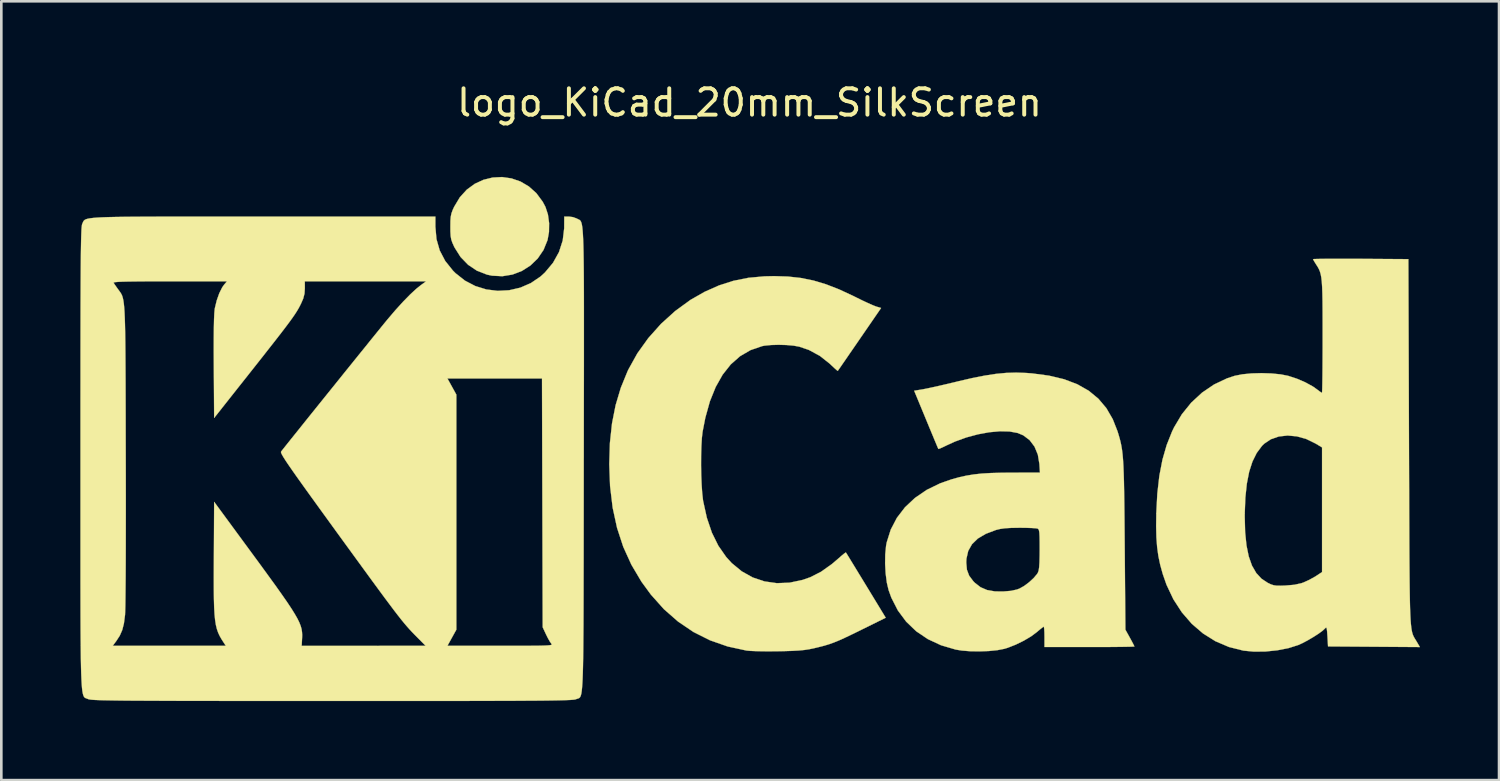
<source format=kicad_pcb>
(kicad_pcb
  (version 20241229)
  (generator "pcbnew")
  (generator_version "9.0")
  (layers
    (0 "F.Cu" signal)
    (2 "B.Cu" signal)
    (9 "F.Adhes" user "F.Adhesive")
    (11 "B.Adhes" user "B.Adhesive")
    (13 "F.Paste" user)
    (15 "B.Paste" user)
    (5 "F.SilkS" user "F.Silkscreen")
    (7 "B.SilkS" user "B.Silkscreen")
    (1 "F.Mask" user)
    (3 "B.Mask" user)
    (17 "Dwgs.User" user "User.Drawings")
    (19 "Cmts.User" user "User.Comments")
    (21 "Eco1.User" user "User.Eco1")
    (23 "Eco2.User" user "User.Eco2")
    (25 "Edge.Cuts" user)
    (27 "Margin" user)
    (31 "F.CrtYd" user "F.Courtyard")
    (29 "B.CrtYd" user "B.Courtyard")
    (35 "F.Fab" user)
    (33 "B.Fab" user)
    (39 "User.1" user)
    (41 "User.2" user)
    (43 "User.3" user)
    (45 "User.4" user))
  (footprint "logo_KiCad_20mm_SilkScreen"
    (layer "F.Cu")
    (at 25.405 13.548)
    (property "Reference" "logo_KiCad_20mm_SilkScreen" (at 0 -12.7 0) (layer "F.SilkS") (effects (font (size 1 1) (thickness 0.15))))
    (attr exclude_from_pos_files exclude_from_bom)
    (fp_poly (pts (xy -9.038 -9.825) (xy -8.696 -9.707) (xy -8.378 -9.52) (xy -8.094 -9.266) (xy -7.854 -8.943) (xy -7.746 -8.74) (xy -7.653 -8.455) (xy -7.608 -8.127) (xy -7.613 -7.79) (xy -7.668 -7.484) (xy -7.82 -7.11) (xy -8.04 -6.786) (xy -8.318 -6.518) (xy -8.641 -6.312) (xy -8.999 -6.175) (xy -9.381 -6.112) (xy -9.775 -6.132) (xy -9.969 -6.173) (xy -10.347 -6.32) (xy -10.683 -6.545) (xy -10.969 -6.84) (xy -11.196 -7.198) (xy -11.216 -7.238) (xy -11.282 -7.385) (xy -11.324 -7.508) (xy -11.346 -7.639) (xy -11.356 -7.807) (xy -11.357 -7.989) (xy -11.355 -8.208) (xy -11.343 -8.366) (xy -11.317 -8.494) (xy -11.271 -8.622) (xy -11.213 -8.748) (xy -10.999 -9.106) (xy -10.735 -9.397) (xy -10.432 -9.619) (xy -10.101 -9.772) (xy -9.751 -9.858) (xy -9.393 -9.876) (xy -9.038 -9.825)) (stroke (width 0.01) (type solid)) (fill yes) (layer "F.SilkS"))
    (fp_poly (pts (xy 1.459 -6.099) (xy 1.95 -6.045) (xy 2.425 -5.949) (xy 2.905 -5.805) (xy 3.408 -5.609) (xy 3.953 -5.355) (xy 4.052 -5.306) (xy 4.277 -5.195) (xy 4.49 -5.095) (xy 4.669 -5.016) (xy 4.793 -4.966) (xy 4.812 -4.96) (xy 4.995 -4.905) (xy 4.177 -3.716) (xy 3.977 -3.425) (xy 3.794 -3.16) (xy 3.635 -2.928) (xy 3.505 -2.74) (xy 3.411 -2.604) (xy 3.359 -2.529) (xy 3.35 -2.517) (xy 3.316 -2.541) (xy 3.231 -2.616) (xy 3.112 -2.727) (xy 3.046 -2.79) (xy 2.671 -3.087) (xy 2.251 -3.314) (xy 1.889 -3.437) (xy 1.672 -3.476) (xy 1.399 -3.5) (xy 1.105 -3.508) (xy 0.819 -3.5) (xy 0.574 -3.476) (xy 0.477 -3.457) (xy 0.037 -3.306) (xy -0.359 -3.075) (xy -0.712 -2.764) (xy -1.02 -2.375) (xy -1.284 -1.907) (xy -1.504 -1.362) (xy -1.678 -0.738) (xy -1.782 -0.205) (xy -1.809 0.031) (xy -1.827 0.335) (xy -1.837 0.686) (xy -1.839 1.062) (xy -1.833 1.442) (xy -1.818 1.802) (xy -1.796 2.122) (xy -1.767 2.38) (xy -1.761 2.42) (xy -1.62 3.06) (xy -1.428 3.626) (xy -1.183 4.122) (xy -0.885 4.549) (xy -0.674 4.78) (xy -0.294 5.093) (xy 0.122 5.325) (xy 0.569 5.475) (xy 1.038 5.542) (xy 1.522 5.523) (xy 2.016 5.418) (xy 2.307 5.316) (xy 2.711 5.111) (xy 3.127 4.816) (xy 3.36 4.617) (xy 3.491 4.502) (xy 3.593 4.418) (xy 3.652 4.377) (xy 3.659 4.376) (xy 3.685 4.417) (xy 3.753 4.527) (xy 3.856 4.696) (xy 3.99 4.915) (xy 4.147 5.173) (xy 4.324 5.462) (xy 4.422 5.623) (xy 5.171 6.854) (xy 4.236 7.316) (xy 3.897 7.482) (xy 3.623 7.613) (xy 3.397 7.715) (xy 3.201 7.795) (xy 3.019 7.86) (xy 2.835 7.916) (xy 2.631 7.968) (xy 2.435 8.015) (xy 2.261 8.051) (xy 2.08 8.078) (xy 1.872 8.098) (xy 1.62 8.112) (xy 1.305 8.122) (xy 1.092 8.126) (xy 0.79 8.129) (xy 0.499 8.128) (xy 0.241 8.122) (xy 0.033 8.113) (xy -0.105 8.101) (xy -0.113 8.1) (xy -0.828 7.945) (xy -1.499 7.711) (xy -2.127 7.396) (xy -2.71 7.002) (xy -3.25 6.529) (xy -3.744 5.976) (xy -4.103 5.485) (xy -4.484 4.842) (xy -4.793 4.163) (xy -5.029 3.443) (xy -5.196 2.675) (xy -5.294 1.855) (xy -5.325 1.023) (xy -5.3 0.218) (xy -5.22 -0.525) (xy -5.083 -1.218) (xy -4.887 -1.874) (xy -4.629 -2.506) (xy -4.598 -2.571) (xy -4.258 -3.183) (xy -3.841 -3.764) (xy -3.358 -4.305) (xy -2.821 -4.791) (xy -2.243 -5.212) (xy -1.703 -5.52) (xy -1.158 -5.762) (xy -0.613 -5.937) (xy -0.044 -6.051) (xy 0.567 -6.107) (xy 0.933 -6.115) (xy 1.459 -6.099)) (stroke (width 0.01) (type solid)) (fill yes) (layer "F.SilkS"))
    (fp_poly (pts (xy 22.685 -6.774) (xy 23.072 -6.772) (xy 23.204 -6.772) (xy 25.013 -6.76) (xy 25.036 0.182) (xy 25.039 1.123) (xy 25.042 1.978) (xy 25.044 2.751) (xy 25.047 3.445) (xy 25.049 4.067) (xy 25.052 4.619) (xy 25.056 5.107) (xy 25.06 5.535) (xy 25.065 5.907) (xy 25.071 6.228) (xy 25.078 6.502) (xy 25.087 6.734) (xy 25.097 6.928) (xy 25.109 7.088) (xy 25.123 7.219) (xy 25.139 7.325) (xy 25.157 7.411) (xy 25.178 7.482) (xy 25.201 7.54) (xy 25.227 7.592) (xy 25.255 7.641) (xy 25.287 7.692) (xy 25.322 7.749) (xy 25.329 7.761) (xy 25.45 7.967) (xy 21.963 7.943) (xy 21.941 7.56) (xy 21.928 7.376) (xy 21.915 7.27) (xy 21.898 7.228) (xy 21.871 7.237) (xy 21.849 7.261) (xy 21.754 7.349) (xy 21.598 7.463) (xy 21.403 7.588) (xy 21.192 7.712) (xy 20.987 7.82) (xy 20.83 7.891) (xy 20.46 8.008) (xy 20.037 8.09) (xy 19.59 8.136) (xy 19.152 8.141) (xy 18.753 8.103) (xy 18.746 8.101) (xy 18.2 7.964) (xy 17.689 7.746) (xy 17.218 7.451) (xy 16.791 7.085) (xy 16.415 6.651) (xy 16.092 6.154) (xy 15.83 5.6) (xy 15.687 5.189) (xy 15.592 4.846) (xy 15.522 4.513) (xy 15.475 4.171) (xy 15.447 3.8) (xy 15.437 3.378) (xy 15.442 3.034) (xy 18.801 3.034) (xy 18.816 3.611) (xy 18.867 4.107) (xy 18.953 4.528) (xy 19.076 4.876) (xy 19.238 5.157) (xy 19.44 5.375) (xy 19.674 5.529) (xy 19.796 5.587) (xy 19.901 5.621) (xy 20.019 5.637) (xy 20.177 5.638) (xy 20.347 5.632) (xy 20.682 5.603) (xy 20.947 5.545) (xy 21.03 5.516) (xy 21.22 5.43) (xy 21.421 5.323) (xy 21.508 5.269) (xy 21.736 5.12) (xy 21.736 0.388) (xy 21.485 0.238) (xy 21.136 0.068) (xy 20.779 -0.032) (xy 20.428 -0.064) (xy 20.095 -0.027) (xy 19.794 0.077) (xy 19.538 0.248) (xy 19.455 0.33) (xy 19.255 0.599) (xy 19.094 0.924) (xy 18.969 1.312) (xy 18.88 1.767) (xy 18.824 2.296) (xy 18.801 2.903) (xy 18.801 3.034) (xy 15.442 3.034) (xy 15.443 2.891) (xy 15.482 2.142) (xy 15.559 1.466) (xy 15.677 0.854) (xy 15.838 0.295) (xy 16.043 -0.219) (xy 16.117 -0.372) (xy 16.413 -0.87) (xy 16.77 -1.312) (xy 17.18 -1.691) (xy 17.636 -2.001) (xy 18.128 -2.234) (xy 18.422 -2.331) (xy 18.712 -2.388) (xy 19.06 -2.422) (xy 19.438 -2.432) (xy 19.817 -2.42) (xy 20.166 -2.385) (xy 20.447 -2.33) (xy 20.781 -2.221) (xy 21.105 -2.081) (xy 21.389 -1.925) (xy 21.54 -1.818) (xy 21.644 -1.739) (xy 21.716 -1.691) (xy 21.733 -1.684) (xy 21.738 -1.728) (xy 21.743 -1.854) (xy 21.747 -2.054) (xy 21.751 -2.318) (xy 21.754 -2.637) (xy 21.756 -3.002) (xy 21.758 -3.406) (xy 21.758 -3.816) (xy 21.758 -4.343) (xy 21.757 -4.786) (xy 21.754 -5.156) (xy 21.748 -5.46) (xy 21.739 -5.706) (xy 21.726 -5.905) (xy 21.708 -6.063) (xy 21.684 -6.189) (xy 21.654 -6.292) (xy 21.617 -6.381) (xy 21.572 -6.463) (xy 21.518 -6.548) (xy 21.511 -6.558) (xy 21.442 -6.668) (xy 21.4 -6.743) (xy 21.394 -6.759) (xy 21.438 -6.764) (xy 21.563 -6.768) (xy 21.76 -6.771) (xy 22.019 -6.773) (xy 22.331 -6.774) (xy 22.685 -6.774)) (stroke (width 0.01) (type solid)) (fill yes) (layer "F.SilkS"))
    (fp_poly (pts (xy 10.502 -2.439) (xy 10.727 -2.422) (xy 11.372 -2.336) (xy 11.944 -2.2) (xy 12.444 -2.01) (xy 12.876 -1.765) (xy 13.243 -1.463) (xy 13.547 -1.103) (xy 13.791 -0.683) (xy 13.97 -0.228) (xy 14.015 -0.082) (xy 14.054 0.054) (xy 14.088 0.188) (xy 14.117 0.327) (xy 14.142 0.479) (xy 14.163 0.651) (xy 14.18 0.851) (xy 14.194 1.085) (xy 14.205 1.362) (xy 14.215 1.687) (xy 14.222 2.069) (xy 14.229 2.516) (xy 14.235 3.033) (xy 14.24 3.629) (xy 14.244 4.097) (xy 14.27 7.306) (xy 14.441 7.615) (xy 14.522 7.764) (xy 14.582 7.879) (xy 14.611 7.941) (xy 14.612 7.945) (xy 14.568 7.95) (xy 14.443 7.954) (xy 14.247 7.958) (xy 13.99 7.961) (xy 13.681 7.964) (xy 13.331 7.965) (xy 12.95 7.966) (xy 12.905 7.966) (xy 11.198 7.966) (xy 11.198 7.579) (xy 11.195 7.404) (xy 11.187 7.27) (xy 11.176 7.199) (xy 11.171 7.192) (xy 11.126 7.22) (xy 11.033 7.293) (xy 10.912 7.395) (xy 10.909 7.398) (xy 10.689 7.562) (xy 10.41 7.727) (xy 10.105 7.876) (xy 9.805 7.994) (xy 9.673 8.034) (xy 9.41 8.085) (xy 9.087 8.118) (xy 8.735 8.131) (xy 8.381 8.126) (xy 8.057 8.1) (xy 7.829 8.063) (xy 7.272 7.899) (xy 6.771 7.666) (xy 6.328 7.367) (xy 5.948 7.003) (xy 5.633 6.579) (xy 5.386 6.096) (xy 5.28 5.804) (xy 5.213 5.519) (xy 5.169 5.178) (xy 5.148 4.811) (xy 5.149 4.757) (xy 8.228 4.757) (xy 8.253 5.03) (xy 8.338 5.257) (xy 8.495 5.467) (xy 8.556 5.529) (xy 8.77 5.695) (xy 9.018 5.802) (xy 9.315 5.854) (xy 9.628 5.858) (xy 9.925 5.833) (xy 10.152 5.783) (xy 10.251 5.746) (xy 10.428 5.646) (xy 10.617 5.504) (xy 10.789 5.345) (xy 10.917 5.193) (xy 10.951 5.137) (xy 10.977 5.059) (xy 10.996 4.934) (xy 11.008 4.751) (xy 11.014 4.498) (xy 11.016 4.257) (xy 11.015 3.976) (xy 11.011 3.773) (xy 11.004 3.634) (xy 10.991 3.547) (xy 10.972 3.498) (xy 10.945 3.473) (xy 10.936 3.469) (xy 10.863 3.457) (xy 10.718 3.448) (xy 10.521 3.441) (xy 10.292 3.438) (xy 10.242 3.438) (xy 9.936 3.443) (xy 9.699 3.457) (xy 9.511 3.484) (xy 9.356 3.522) (xy 8.97 3.668) (xy 8.668 3.847) (xy 8.447 4.062) (xy 8.303 4.317) (xy 8.235 4.613) (xy 8.228 4.757) (xy 5.149 4.757) (xy 5.153 4.45) (xy 5.184 4.126) (xy 5.208 3.995) (xy 5.361 3.51) (xy 5.594 3.063) (xy 5.903 2.66) (xy 6.283 2.304) (xy 6.729 1.999) (xy 7.238 1.751) (xy 7.67 1.6) (xy 7.959 1.52) (xy 8.235 1.459) (xy 8.517 1.413) (xy 8.822 1.38) (xy 9.168 1.36) (xy 9.573 1.349) (xy 9.94 1.346) (xy 11.026 1.343) (xy 11.005 1.016) (xy 10.946 0.662) (xy 10.82 0.358) (xy 10.633 0.11) (xy 10.391 -0.072) (xy 10.177 -0.161) (xy 9.87 -0.217) (xy 9.506 -0.225) (xy 9.1 -0.188) (xy 8.67 -0.109) (xy 8.232 0.009) (xy 7.805 0.164) (xy 7.495 0.305) (xy 7.345 0.377) (xy 7.231 0.428) (xy 7.173 0.447) (xy 7.17 0.447) (xy 7.15 0.403) (xy 7.1 0.285) (xy 7.025 0.106) (xy 6.93 -0.123) (xy 6.818 -0.392) (xy 6.705 -0.666) (xy 6.251 -1.764) (xy 6.574 -1.817) (xy 6.714 -1.844) (xy 6.924 -1.889) (xy 7.186 -1.947) (xy 7.483 -2.016) (xy 7.796 -2.09) (xy 7.92 -2.121) (xy 8.46 -2.246) (xy 8.932 -2.339) (xy 9.355 -2.404) (xy 9.745 -2.441) (xy 10.122 -2.452) (xy 10.502 -2.439)) (stroke (width 0.01) (type solid)) (fill yes) (layer "F.SilkS"))
    (fp_poly (pts (xy -19.746 -8.376) (xy -18.869 -8.376) (xy -18.461 -8.376) (xy -11.926 -8.376) (xy -11.926 -7.99) (xy -11.885 -7.522) (xy -11.761 -7.089) (xy -11.553 -6.691) (xy -11.259 -6.324) (xy -11.16 -6.225) (xy -10.803 -5.943) (xy -10.409 -5.738) (xy -9.991 -5.609) (xy -9.559 -5.556) (xy -9.126 -5.579) (xy -8.702 -5.677) (xy -8.301 -5.851) (xy -7.933 -6.101) (xy -7.768 -6.252) (xy -7.46 -6.621) (xy -7.234 -7.027) (xy -7.092 -7.466) (xy -7.036 -7.931) (xy -7.036 -7.977) (xy -7.033 -8.376) (xy -6.858 -8.376) (xy -6.702 -8.355) (xy -6.561 -8.303) (xy -6.551 -8.298) (xy -6.519 -8.281) (xy -6.49 -8.268) (xy -6.463 -8.255) (xy -6.438 -8.238) (xy -6.416 -8.214) (xy -6.396 -8.178) (xy -6.378 -8.127) (xy -6.362 -8.057) (xy -6.348 -7.964) (xy -6.336 -7.845) (xy -6.325 -7.695) (xy -6.316 -7.512) (xy -6.308 -7.29) (xy -6.302 -7.027) (xy -6.297 -6.719) (xy -6.293 -6.361) (xy -6.29 -5.951) (xy -6.288 -5.484) (xy -6.287 -4.957) (xy -6.287 -4.365) (xy -6.287 -3.705) (xy -6.287 -2.974) (xy -6.288 -2.167) (xy -6.29 -1.281) (xy -6.291 -0.312) (xy -6.292 0.744) (xy -6.293 0.873) (xy -6.294 1.935) (xy -6.295 2.911) (xy -6.296 3.803) (xy -6.297 4.615) (xy -6.299 5.352) (xy -6.3 6.016) (xy -6.302 6.611) (xy -6.304 7.142) (xy -6.308 7.613) (xy -6.311 8.026) (xy -6.316 8.385) (xy -6.322 8.695) (xy -6.329 8.96) (xy -6.337 9.182) (xy -6.347 9.366) (xy -6.358 9.515) (xy -6.37 9.634) (xy -6.384 9.726) (xy -6.401 9.795) (xy -6.419 9.844) (xy -6.439 9.877) (xy -6.462 9.899) (xy -6.486 9.913) (xy -6.514 9.922) (xy -6.544 9.931) (xy -6.576 9.942) (xy -6.584 9.946) (xy -6.609 9.954) (xy -6.651 9.962) (xy -6.713 9.968) (xy -6.8 9.975) (xy -6.914 9.98) (xy -7.06 9.985) (xy -7.241 9.99) (xy -7.46 9.994) (xy -7.722 9.998) (xy -8.03 10.001) (xy -8.388 10.003) (xy -8.8 10.006) (xy -9.268 10.008) (xy -9.797 10.009) (xy -10.39 10.011) (xy -11.051 10.012) (xy -11.784 10.012) (xy -12.593 10.013) (xy -13.48 10.013) (xy -14.45 10.013) (xy -15.506 10.013) (xy -15.848 10.013) (xy -16.927 10.013) (xy -17.919 10.013) (xy -18.828 10.012) (xy -19.656 10.012) (xy -20.409 10.011) (xy -21.089 10.01) (xy -21.699 10.009) (xy -22.245 10.007) (xy -22.73 10.005) (xy -23.156 10.003) (xy -23.529 10.001) (xy -23.851 9.998) (xy -24.126 9.994) (xy -24.359 9.99) (xy -24.552 9.986) (xy -24.709 9.981) (xy -24.835 9.976) (xy -24.933 9.97) (xy -25.006 9.963) (xy -25.058 9.956) (xy -25.093 9.948) (xy -25.112 9.941) (xy -25.146 9.927) (xy -25.178 9.916) (xy -25.206 9.905) (xy -25.232 9.891) (xy -25.256 9.869) (xy -25.277 9.836) (xy -25.296 9.788) (xy -25.313 9.721) (xy -25.329 9.631) (xy -25.342 9.515) (xy -25.353 9.369) (xy -25.363 9.189) (xy -25.372 8.972) (xy -25.379 8.713) (xy -25.385 8.409) (xy -25.389 8.056) (xy -25.39 7.92) (xy -24.176 7.92) (xy -19.882 7.92) (xy -19.964 7.795) (xy -20.046 7.667) (xy -20.116 7.544) (xy -20.174 7.419) (xy -20.221 7.283) (xy -20.259 7.128) (xy -20.288 6.944) (xy -20.31 6.724) (xy -20.325 6.458) (xy -20.334 6.138) (xy -20.338 5.757) (xy -20.339 5.304) (xy -20.337 4.771) (xy -20.336 4.573) (xy -20.325 2.454) (xy -18.982 4.282) (xy -18.601 4.8) (xy -18.272 5.252) (xy -17.989 5.642) (xy -17.751 5.978) (xy -17.552 6.264) (xy -17.39 6.508) (xy -17.262 6.714) (xy -17.162 6.889) (xy -17.089 7.039) (xy -17.038 7.17) (xy -17.006 7.287) (xy -16.989 7.398) (xy -16.983 7.507) (xy -16.986 7.621) (xy -16.987 7.635) (xy -17.002 7.921) (xy -14.649 7.921) (xy -12.296 7.92) (xy -12.646 7.567) (xy -12.741 7.471) (xy -12.831 7.377) (xy -12.92 7.281) (xy -13.012 7.176) (xy -13.112 7.059) (xy -13.222 6.924) (xy -13.347 6.765) (xy -13.491 6.578) (xy -13.657 6.357) (xy -13.851 6.098) (xy -14.075 5.794) (xy -14.334 5.441) (xy -14.631 5.034) (xy -14.971 4.567) (xy -15.358 4.036) (xy -15.675 3.6) (xy -16.072 3.052) (xy -16.419 2.573) (xy -16.718 2.159) (xy -16.973 1.804) (xy -17.187 1.504) (xy -17.362 1.255) (xy -17.502 1.052) (xy -17.611 0.891) (xy -17.69 0.766) (xy -17.744 0.674) (xy -17.776 0.61) (xy -17.788 0.569) (xy -17.784 0.548) (xy -17.74 0.491) (xy -17.644 0.37) (xy -17.503 0.193) (xy -17.322 -0.033) (xy -17.106 -0.302) (xy -16.863 -0.606) (xy -16.597 -0.937) (xy -16.314 -1.289) (xy -16.02 -1.654) (xy -15.72 -2.026) (xy -15.556 -2.23) (xy -11.469 -2.23) (xy -11.13 -1.616) (xy -11.13 7.306) (xy -11.469 7.92) (xy -9.46 7.92) (xy -8.981 7.92) (xy -8.584 7.92) (xy -8.264 7.918) (xy -8.012 7.916) (xy -7.821 7.912) (xy -7.683 7.906) (xy -7.59 7.898) (xy -7.536 7.888) (xy -7.512 7.875) (xy -7.51 7.859) (xy -7.524 7.84) (xy -7.524 7.84) (xy -7.582 7.757) (xy -7.658 7.622) (xy -7.725 7.487) (xy -7.852 7.215) (xy -7.865 2.492) (xy -7.878 -2.23) (xy -11.469 -2.23) (xy -15.556 -2.23) (xy -15.422 -2.397) (xy -15.129 -2.76) (xy -14.849 -3.107) (xy -14.586 -3.432) (xy -14.348 -3.728) (xy -14.138 -3.987) (xy -13.964 -4.202) (xy -13.831 -4.365) (xy -13.752 -4.461) (xy -13.448 -4.818) (xy -13.156 -5.14) (xy -12.885 -5.417) (xy -12.646 -5.638) (xy -12.477 -5.773) (xy -12.277 -5.918) (xy -16.883 -5.918) (xy -16.882 -5.647) (xy -16.895 -5.449) (xy -16.943 -5.264) (xy -17.018 -5.09) (xy -17.067 -4.991) (xy -17.119 -4.893) (xy -17.18 -4.79) (xy -17.254 -4.674) (xy -17.346 -4.54) (xy -17.461 -4.381) (xy -17.603 -4.191) (xy -17.778 -3.962) (xy -17.99 -3.689) (xy -18.244 -3.365) (xy -18.544 -2.983) (xy -18.896 -2.537) (xy -18.936 -2.487) (xy -20.325 -0.731) (xy -20.338 -2.676) (xy -20.341 -3.258) (xy -20.34 -3.751) (xy -20.336 -4.157) (xy -20.329 -4.476) (xy -20.318 -4.711) (xy -20.304 -4.862) (xy -20.3 -4.891) (xy -20.226 -5.195) (xy -20.129 -5.468) (xy -20.019 -5.688) (xy -19.953 -5.782) (xy -19.839 -5.918) (xy -22.007 -5.918) (xy -22.525 -5.917) (xy -22.957 -5.916) (xy -23.312 -5.913) (xy -23.594 -5.909) (xy -23.81 -5.904) (xy -23.967 -5.897) (xy -24.07 -5.888) (xy -24.127 -5.877) (xy -24.143 -5.864) (xy -24.142 -5.861) (xy -24.096 -5.791) (xy -24.019 -5.681) (xy -23.98 -5.626) (xy -23.938 -5.57) (xy -23.902 -5.52) (xy -23.869 -5.472) (xy -23.839 -5.419) (xy -23.813 -5.358) (xy -23.791 -5.283) (xy -23.771 -5.189) (xy -23.754 -5.072) (xy -23.74 -4.927) (xy -23.728 -4.748) (xy -23.718 -4.532) (xy -23.71 -4.272) (xy -23.703 -3.964) (xy -23.698 -3.604) (xy -23.694 -3.186) (xy -23.691 -2.706) (xy -23.688 -2.158) (xy -23.686 -1.537) (xy -23.684 -0.84) (xy -23.683 -0.061) (xy -23.681 0.656) (xy -23.679 1.454) (xy -23.678 2.216) (xy -23.678 2.936) (xy -23.679 3.61) (xy -23.68 4.232) (xy -23.682 4.799) (xy -23.685 5.304) (xy -23.689 5.744) (xy -23.693 6.113) (xy -23.697 6.406) (xy -23.703 6.619) (xy -23.708 6.746) (xy -23.71 6.76) (xy -23.75 7.069) (xy -23.813 7.318) (xy -23.908 7.535) (xy -24.047 7.749) (xy -24.065 7.772) (xy -24.176 7.92) (xy -25.39 7.92) (xy -25.393 7.65) (xy -25.396 7.188) (xy -25.398 6.666) (xy -25.399 6.079) (xy -25.4 5.425) (xy -25.4 4.7) (xy -25.4 3.899) (xy -25.4 3.019) (xy -25.4 2.056) (xy -25.4 1.007) (xy -25.4 0.799) (xy -25.4 -0.261) (xy -25.4 -1.234) (xy -25.399 -2.124) (xy -25.399 -2.933) (xy -25.398 -3.667) (xy -25.397 -4.328) (xy -25.396 -4.921) (xy -25.394 -5.448) (xy -25.392 -5.915) (xy -25.39 -6.324) (xy -25.387 -6.679) (xy -25.384 -6.985) (xy -25.38 -7.244) (xy -25.376 -7.461) (xy -25.371 -7.639) (xy -25.366 -7.782) (xy -25.361 -7.894) (xy -25.354 -7.978) (xy -25.347 -8.039) (xy -25.34 -8.079) (xy -25.331 -8.103) (xy -25.331 -8.104) (xy -25.314 -8.141) (xy -25.3 -8.174) (xy -25.284 -8.204) (xy -25.262 -8.231) (xy -25.23 -8.255) (xy -25.183 -8.277) (xy -25.118 -8.295) (xy -25.029 -8.311) (xy -24.912 -8.325) (xy -24.763 -8.337) (xy -24.577 -8.347) (xy -24.35 -8.355) (xy -24.079 -8.361) (xy -23.757 -8.366) (xy -23.381 -8.37) (xy -22.947 -8.372) (xy -22.45 -8.374) (xy -21.886 -8.375) (xy -21.25 -8.376) (xy -20.538 -8.376) (xy -19.746 -8.376)) (stroke (width 0.01) (type solid)) (fill yes) (layer "F.SilkS")))
  (gr_rect
    (start -3 -3)
    (end 53.86 26.567)
    (stroke (width 0.1) (type default))
    (fill no)
    (layer "Edge.Cuts")))
</source>
